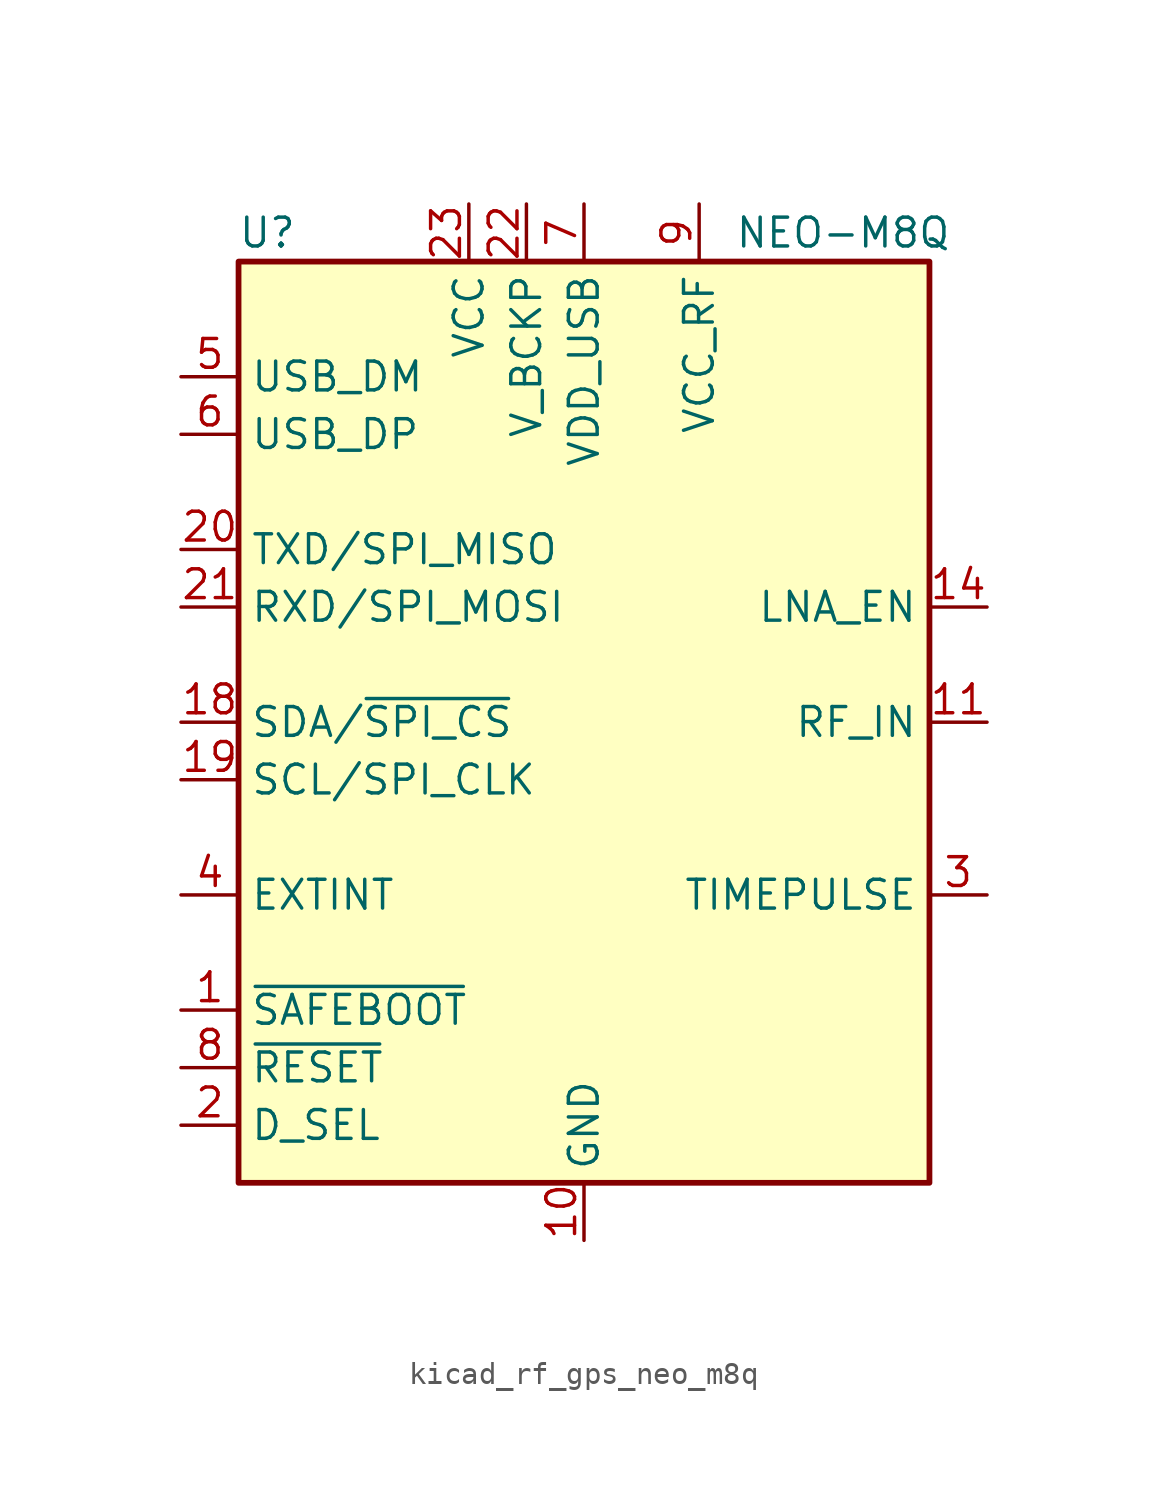
<source format=kicad_sym>
(kicad_symbol_lib
  (version 20220914)
  (generator kicad_symbol_editor)
  (symbol "kicad_rf_gps_neo_m8q"
    (property "Reference" "U"
      (at -13.97 21.59 0)
      (effects (font (size 1.27 1.27))))
    (property "Value" "NEO-M8Q"
      (at 11.43 21.59 0)
      (effects (font (size 1.27 1.27))))
    (symbol "kicad_rf_gps_neo_m8q_0_1"
      (rectangle (start -15.24 20.32) (end 15.24 -20.32) (stroke (width 0.254) (type default)) (fill (type background))))
    (symbol "kicad_rf_gps_neo_m8q_1_1"
      (pin input line (at -17.78 -12.7 0) (length 2.54) (name "~{SAFEBOOT}" (effects (font (size 1.27 1.27)))) (number "1" (effects (font (size 1.27 1.27)))))
      (pin power_in line (at 0 -22.86 90) (length 2.54) (name "GND" (effects (font (size 1.27 1.27)))) (number "10" (effects (font (size 1.27 1.27)))))
      (pin input line (at 17.78 0 180) (length 2.54) (name "RF_IN" (effects (font (size 1.27 1.27)))) (number "11" (effects (font (size 1.27 1.27)))))
      (pin passive line (at 0 -22.86 90) (length 2.54) hide (name "GND" (effects (font (size 1.27 1.27)))) (number "12" (effects (font (size 1.27 1.27)))))
      (pin passive line (at 0 -22.86 90) (length 2.54) hide (name "GND" (effects (font (size 1.27 1.27)))) (number "13" (effects (font (size 1.27 1.27)))))
      (pin output line (at 17.78 5.08 180) (length 2.54) (name "LNA_EN" (effects (font (size 1.27 1.27)))) (number "14" (effects (font (size 1.27 1.27)))))
      (pin no_connect line (at 15.24 -10.16 180) (length 2.54) hide (name "RESERVED" (effects (font (size 1.27 1.27)))) (number "15" (effects (font (size 1.27 1.27)))))
      (pin no_connect line (at 15.24 -12.7 180) (length 2.54) hide (name "RESERVED" (effects (font (size 1.27 1.27)))) (number "16" (effects (font (size 1.27 1.27)))))
      (pin no_connect line (at 15.24 -15.24 180) (length 2.54) hide (name "RESERVED" (effects (font (size 1.27 1.27)))) (number "17" (effects (font (size 1.27 1.27)))))
      (pin bidirectional line (at -17.78 0 0) (length 2.54) (name "SDA/~{SPI_CS}" (effects (font (size 1.27 1.27)))) (number "18" (effects (font (size 1.27 1.27)))))
      (pin input line (at -17.78 -2.54 0) (length 2.54) (name "SCL/SPI_CLK" (effects (font (size 1.27 1.27)))) (number "19" (effects (font (size 1.27 1.27)))))
      (pin input line (at -17.78 -17.78 0) (length 2.54) (name "D_SEL" (effects (font (size 1.27 1.27)))) (number "2" (effects (font (size 1.27 1.27)))))
      (pin output line (at -17.78 7.62 0) (length 2.54) (name "TXD/SPI_MISO" (effects (font (size 1.27 1.27)))) (number "20" (effects (font (size 1.27 1.27)))))
      (pin input line (at -17.78 5.08 0) (length 2.54) (name "RXD/SPI_MOSI" (effects (font (size 1.27 1.27)))) (number "21" (effects (font (size 1.27 1.27)))))
      (pin power_in line (at -2.54 22.86 270) (length 2.54) (name "V_BCKP" (effects (font (size 1.27 1.27)))) (number "22" (effects (font (size 1.27 1.27)))))
      (pin power_in line (at -5.08 22.86 270) (length 2.54) (name "VCC" (effects (font (size 1.27 1.27)))) (number "23" (effects (font (size 1.27 1.27)))))
      (pin passive line (at 0 -22.86 90) (length 2.54) hide (name "GND" (effects (font (size 1.27 1.27)))) (number "24" (effects (font (size 1.27 1.27)))))
      (pin output line (at 17.78 -7.62 180) (length 2.54) (name "TIMEPULSE" (effects (font (size 1.27 1.27)))) (number "3" (effects (font (size 1.27 1.27)))))
      (pin input line (at -17.78 -7.62 0) (length 2.54) (name "EXTINT" (effects (font (size 1.27 1.27)))) (number "4" (effects (font (size 1.27 1.27)))))
      (pin bidirectional line (at -17.78 15.24 0) (length 2.54) (name "USB_DM" (effects (font (size 1.27 1.27)))) (number "5" (effects (font (size 1.27 1.27)))))
      (pin bidirectional line (at -17.78 12.7 0) (length 2.54) (name "USB_DP" (effects (font (size 1.27 1.27)))) (number "6" (effects (font (size 1.27 1.27)))))
      (pin power_in line (at 0 22.86 270) (length 2.54) (name "VDD_USB" (effects (font (size 1.27 1.27)))) (number "7" (effects (font (size 1.27 1.27)))))
      (pin input line (at -17.78 -15.24 0) (length 2.54) (name "~{RESET}" (effects (font (size 1.27 1.27)))) (number "8" (effects (font (size 1.27 1.27)))))
      (pin power_out line (at 5.08 22.86 270) (length 2.54) (name "VCC_RF" (effects (font (size 1.27 1.27)))) (number "9" (effects (font (size 1.27 1.27))))))))
</source>
